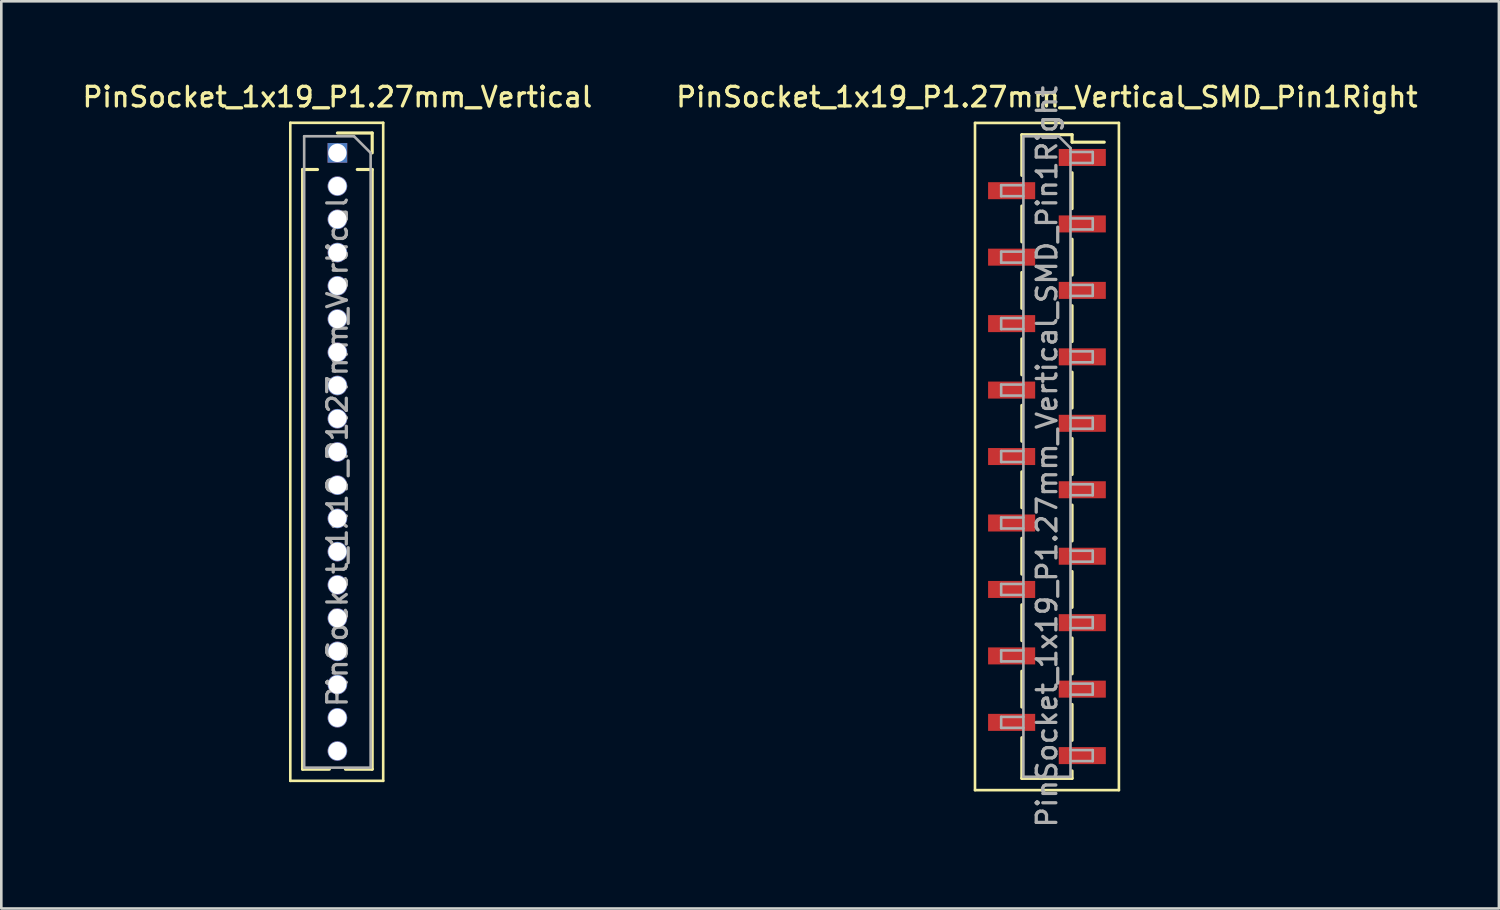
<source format=kicad_pcb>
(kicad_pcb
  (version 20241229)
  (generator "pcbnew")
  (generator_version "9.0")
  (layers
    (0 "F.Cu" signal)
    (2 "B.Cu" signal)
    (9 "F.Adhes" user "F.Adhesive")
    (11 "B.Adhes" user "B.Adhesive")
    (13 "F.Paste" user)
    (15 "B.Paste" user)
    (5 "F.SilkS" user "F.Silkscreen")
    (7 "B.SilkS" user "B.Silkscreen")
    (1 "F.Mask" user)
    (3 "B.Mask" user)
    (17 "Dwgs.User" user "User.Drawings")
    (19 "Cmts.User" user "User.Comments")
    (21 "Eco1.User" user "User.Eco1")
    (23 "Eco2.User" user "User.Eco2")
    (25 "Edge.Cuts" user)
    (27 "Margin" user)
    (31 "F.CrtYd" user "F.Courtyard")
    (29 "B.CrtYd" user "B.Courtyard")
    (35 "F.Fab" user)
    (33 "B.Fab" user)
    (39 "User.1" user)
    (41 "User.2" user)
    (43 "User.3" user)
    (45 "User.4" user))
  (footprint "PinSocket_1x19_P1.27mm_Vertical_SMD_Pin1Right"
    (layer "F.Cu")
    (at 36.963 14.398)
    (property "Reference" "PinSocket_1x19_P1.27mm_Vertical_SMD_Pin1Right" (at 0 -13.74 0) (layer "F.SilkS") (effects (font (size 0.75 0.75) (thickness 0.125))))
    (attr smd)
    (fp_line (start -2.75 -12.75) (end 2.75 -12.75) (stroke (width 0.1) (type solid)) (layer "F.SilkS"))
    (fp_line (start -2.75 12.75) (end -2.75 -12.75) (stroke (width 0.1) (type solid)) (layer "F.SilkS"))
    (fp_line (start -0.96 -12.3) (end -0.96 -10.745) (stroke (width 0.12) (type solid)) (layer "F.SilkS"))
    (fp_line (start -0.96 -12.3) (end 0.96 -12.3) (stroke (width 0.12) (type solid)) (layer "F.SilkS"))
    (fp_line (start -0.96 -9.575) (end -0.96 -8.205) (stroke (width 0.12) (type solid)) (layer "F.SilkS"))
    (fp_line (start -0.96 -7.035) (end -0.96 -5.665) (stroke (width 0.12) (type solid)) (layer "F.SilkS"))
    (fp_line (start -0.96 -4.495) (end -0.96 -3.125) (stroke (width 0.12) (type solid)) (layer "F.SilkS"))
    (fp_line (start -0.96 -1.955) (end -0.96 -0.585) (stroke (width 0.12) (type solid)) (layer "F.SilkS"))
    (fp_line (start -0.96 0.585) (end -0.96 1.955) (stroke (width 0.12) (type solid)) (layer "F.SilkS"))
    (fp_line (start -0.96 3.125) (end -0.96 4.495) (stroke (width 0.12) (type solid)) (layer "F.SilkS"))
    (fp_line (start -0.96 5.665) (end -0.96 7.035) (stroke (width 0.12) (type solid)) (layer "F.SilkS"))
    (fp_line (start -0.96 8.205) (end -0.96 9.575) (stroke (width 0.12) (type solid)) (layer "F.SilkS"))
    (fp_line (start -0.96 10.745) (end -0.96 12.3) (stroke (width 0.12) (type solid)) (layer "F.SilkS"))
    (fp_line (start -0.96 12.3) (end 0.96 12.3) (stroke (width 0.12) (type solid)) (layer "F.SilkS"))
    (fp_line (start 0.96 -12.3) (end 0.96 -12.015) (stroke (width 0.12) (type solid)) (layer "F.SilkS"))
    (fp_line (start 0.96 -12.015) (end 2.19 -12.015) (stroke (width 0.12) (type solid)) (layer "F.SilkS"))
    (fp_line (start 0.96 -10.845) (end 0.96 -9.475) (stroke (width 0.12) (type solid)) (layer "F.SilkS"))
    (fp_line (start 0.96 -8.305) (end 0.96 -6.935) (stroke (width 0.12) (type solid)) (layer "F.SilkS"))
    (fp_line (start 0.96 -5.765) (end 0.96 -4.395) (stroke (width 0.12) (type solid)) (layer "F.SilkS"))
    (fp_line (start 0.96 -3.225) (end 0.96 -1.855) (stroke (width 0.12) (type solid)) (layer "F.SilkS"))
    (fp_line (start 0.96 -0.685) (end 0.96 0.685) (stroke (width 0.12) (type solid)) (layer "F.SilkS"))
    (fp_line (start 0.96 1.855) (end 0.96 3.225) (stroke (width 0.12) (type solid)) (layer "F.SilkS"))
    (fp_line (start 0.96 4.395) (end 0.96 5.765) (stroke (width 0.12) (type solid)) (layer "F.SilkS"))
    (fp_line (start 0.96 6.935) (end 0.96 8.305) (stroke (width 0.12) (type solid)) (layer "F.SilkS"))
    (fp_line (start 0.96 9.475) (end 0.96 10.845) (stroke (width 0.12) (type solid)) (layer "F.SilkS"))
    (fp_line (start 0.96 12.015) (end 0.96 12.3) (stroke (width 0.12) (type solid)) (layer "F.SilkS"))
    (fp_line (start 2.75 -12.75) (end 2.75 12.75) (stroke (width 0.1) (type solid)) (layer "F.SilkS"))
    (fp_line (start 2.75 12.75) (end -2.75 12.75) (stroke (width 0.1) (type solid)) (layer "F.SilkS"))
    (fp_line (start -1.75 -10.37) (end -0.9 -10.37) (stroke (width 0.1) (type solid)) (layer "F.Fab"))
    (fp_line (start -1.75 -9.95) (end -1.75 -10.37) (stroke (width 0.1) (type solid)) (layer "F.Fab"))
    (fp_line (start -1.75 -7.83) (end -0.9 -7.83) (stroke (width 0.1) (type solid)) (layer "F.Fab"))
    (fp_line (start -1.75 -7.41) (end -1.75 -7.83) (stroke (width 0.1) (type solid)) (layer "F.Fab"))
    (fp_line (start -1.75 -5.29) (end -0.9 -5.29) (stroke (width 0.1) (type solid)) (layer "F.Fab"))
    (fp_line (start -1.75 -4.87) (end -1.75 -5.29) (stroke (width 0.1) (type solid)) (layer "F.Fab"))
    (fp_line (start -1.75 -2.75) (end -0.9 -2.75) (stroke (width 0.1) (type solid)) (layer "F.Fab"))
    (fp_line (start -1.75 -2.33) (end -1.75 -2.75) (stroke (width 0.1) (type solid)) (layer "F.Fab"))
    (fp_line (start -1.75 -0.21) (end -0.9 -0.21) (stroke (width 0.1) (type solid)) (layer "F.Fab"))
    (fp_line (start -1.75 0.21) (end -1.75 -0.21) (stroke (width 0.1) (type solid)) (layer "F.Fab"))
    (fp_line (start -1.75 2.33) (end -0.9 2.33) (stroke (width 0.1) (type solid)) (layer "F.Fab"))
    (fp_line (start -1.75 2.75) (end -1.75 2.33) (stroke (width 0.1) (type solid)) (layer "F.Fab"))
    (fp_line (start -1.75 4.87) (end -0.9 4.87) (stroke (width 0.1) (type solid)) (layer "F.Fab"))
    (fp_line (start -1.75 5.29) (end -1.75 4.87) (stroke (width 0.1) (type solid)) (layer "F.Fab"))
    (fp_line (start -1.75 7.41) (end -0.9 7.41) (stroke (width 0.1) (type solid)) (layer "F.Fab"))
    (fp_line (start -1.75 7.83) (end -1.75 7.41) (stroke (width 0.1) (type solid)) (layer "F.Fab"))
    (fp_line (start -1.75 9.95) (end -0.9 9.95) (stroke (width 0.1) (type solid)) (layer "F.Fab"))
    (fp_line (start -1.75 10.37) (end -1.75 9.95) (stroke (width 0.1) (type solid)) (layer "F.Fab"))
    (fp_line (start -0.9 -12.24) (end 0.45 -12.24) (stroke (width 0.1) (type solid)) (layer "F.Fab"))
    (fp_line (start -0.9 -9.95) (end -1.75 -9.95) (stroke (width 0.1) (type solid)) (layer "F.Fab"))
    (fp_line (start -0.9 -7.41) (end -1.75 -7.41) (stroke (width 0.1) (type solid)) (layer "F.Fab"))
    (fp_line (start -0.9 -4.87) (end -1.75 -4.87) (stroke (width 0.1) (type solid)) (layer "F.Fab"))
    (fp_line (start -0.9 -2.33) (end -1.75 -2.33) (stroke (width 0.1) (type solid)) (layer "F.Fab"))
    (fp_line (start -0.9 0.21) (end -1.75 0.21) (stroke (width 0.1) (type solid)) (layer "F.Fab"))
    (fp_line (start -0.9 2.75) (end -1.75 2.75) (stroke (width 0.1) (type solid)) (layer "F.Fab"))
    (fp_line (start -0.9 5.29) (end -1.75 5.29) (stroke (width 0.1) (type solid)) (layer "F.Fab"))
    (fp_line (start -0.9 7.83) (end -1.75 7.83) (stroke (width 0.1) (type solid)) (layer "F.Fab"))
    (fp_line (start -0.9 10.37) (end -1.75 10.37) (stroke (width 0.1) (type solid)) (layer "F.Fab"))
    (fp_line (start -0.9 12.24) (end -0.9 -12.24) (stroke (width 0.1) (type solid)) (layer "F.Fab"))
    (fp_line (start 0.45 -12.24) (end 0.9 -11.79) (stroke (width 0.1) (type solid)) (layer "F.Fab"))
    (fp_line (start 0.9 -11.79) (end 0.9 12.24) (stroke (width 0.1) (type solid)) (layer "F.Fab"))
    (fp_line (start 0.9 -11.64) (end 1.75 -11.64) (stroke (width 0.1) (type solid)) (layer "F.Fab"))
    (fp_line (start 0.9 -9.1) (end 1.75 -9.1) (stroke (width 0.1) (type solid)) (layer "F.Fab"))
    (fp_line (start 0.9 -6.56) (end 1.75 -6.56) (stroke (width 0.1) (type solid)) (layer "F.Fab"))
    (fp_line (start 0.9 -4.02) (end 1.75 -4.02) (stroke (width 0.1) (type solid)) (layer "F.Fab"))
    (fp_line (start 0.9 -1.48) (end 1.75 -1.48) (stroke (width 0.1) (type solid)) (layer "F.Fab"))
    (fp_line (start 0.9 1.06) (end 1.75 1.06) (stroke (width 0.1) (type solid)) (layer "F.Fab"))
    (fp_line (start 0.9 3.6) (end 1.75 3.6) (stroke (width 0.1) (type solid)) (layer "F.Fab"))
    (fp_line (start 0.9 6.14) (end 1.75 6.14) (stroke (width 0.1) (type solid)) (layer "F.Fab"))
    (fp_line (start 0.9 8.68) (end 1.75 8.68) (stroke (width 0.1) (type solid)) (layer "F.Fab"))
    (fp_line (start 0.9 11.22) (end 1.75 11.22) (stroke (width 0.1) (type solid)) (layer "F.Fab"))
    (fp_line (start 0.9 12.24) (end -0.9 12.24) (stroke (width 0.1) (type solid)) (layer "F.Fab"))
    (fp_line (start 1.75 -11.64) (end 1.75 -11.22) (stroke (width 0.1) (type solid)) (layer "F.Fab"))
    (fp_line (start 1.75 -11.22) (end 0.9 -11.22) (stroke (width 0.1) (type solid)) (layer "F.Fab"))
    (fp_line (start 1.75 -9.1) (end 1.75 -8.68) (stroke (width 0.1) (type solid)) (layer "F.Fab"))
    (fp_line (start 1.75 -8.68) (end 0.9 -8.68) (stroke (width 0.1) (type solid)) (layer "F.Fab"))
    (fp_line (start 1.75 -6.56) (end 1.75 -6.14) (stroke (width 0.1) (type solid)) (layer "F.Fab"))
    (fp_line (start 1.75 -6.14) (end 0.9 -6.14) (stroke (width 0.1) (type solid)) (layer "F.Fab"))
    (fp_line (start 1.75 -4.02) (end 1.75 -3.6) (stroke (width 0.1) (type solid)) (layer "F.Fab"))
    (fp_line (start 1.75 -3.6) (end 0.9 -3.6) (stroke (width 0.1) (type solid)) (layer "F.Fab"))
    (fp_line (start 1.75 -1.48) (end 1.75 -1.06) (stroke (width 0.1) (type solid)) (layer "F.Fab"))
    (fp_line (start 1.75 -1.06) (end 0.9 -1.06) (stroke (width 0.1) (type solid)) (layer "F.Fab"))
    (fp_line (start 1.75 1.06) (end 1.75 1.48) (stroke (width 0.1) (type solid)) (layer "F.Fab"))
    (fp_line (start 1.75 1.48) (end 0.9 1.48) (stroke (width 0.1) (type solid)) (layer "F.Fab"))
    (fp_line (start 1.75 3.6) (end 1.75 4.02) (stroke (width 0.1) (type solid)) (layer "F.Fab"))
    (fp_line (start 1.75 4.02) (end 0.9 4.02) (stroke (width 0.1) (type solid)) (layer "F.Fab"))
    (fp_line (start 1.75 6.14) (end 1.75 6.56) (stroke (width 0.1) (type solid)) (layer "F.Fab"))
    (fp_line (start 1.75 6.56) (end 0.9 6.56) (stroke (width 0.1) (type solid)) (layer "F.Fab"))
    (fp_line (start 1.75 8.68) (end 1.75 9.1) (stroke (width 0.1) (type solid)) (layer "F.Fab"))
    (fp_line (start 1.75 9.1) (end 0.9 9.1) (stroke (width 0.1) (type solid)) (layer "F.Fab"))
    (fp_line (start 1.75 11.22) (end 1.75 11.64) (stroke (width 0.1) (type solid)) (layer "F.Fab"))
    (fp_line (start 1.75 11.64) (end 0.9 11.64) (stroke (width 0.1) (type solid)) (layer "F.Fab"))
    (fp_text user "${REFERENCE}" (at 0 0 90) (layer "F.Fab") (effects (font (size 0.75 0.75) (thickness 0.125))))
    (pad "1" smd rect (at 1.35 -11.43) (size 1.8 0.65) (layers "F.Cu" "F.Mask" "F.Paste"))
    (pad "2" smd rect (at -1.35 -10.16) (size 1.8 0.65) (layers "F.Cu" "F.Mask" "F.Paste"))
    (pad "3" smd rect (at 1.35 -8.89) (size 1.8 0.65) (layers "F.Cu" "F.Mask" "F.Paste"))
    (pad "4" smd rect (at -1.35 -7.62) (size 1.8 0.65) (layers "F.Cu" "F.Mask" "F.Paste"))
    (pad "5" smd rect (at 1.35 -6.35) (size 1.8 0.65) (layers "F.Cu" "F.Mask" "F.Paste"))
    (pad "6" smd rect (at -1.35 -5.08) (size 1.8 0.65) (layers "F.Cu" "F.Mask" "F.Paste"))
    (pad "7" smd rect (at 1.35 -3.81) (size 1.8 0.65) (layers "F.Cu" "F.Mask" "F.Paste"))
    (pad "8" smd rect (at -1.35 -2.54) (size 1.8 0.65) (layers "F.Cu" "F.Mask" "F.Paste"))
    (pad "9" smd rect (at 1.35 -1.27) (size 1.8 0.65) (layers "F.Cu" "F.Mask" "F.Paste"))
    (pad "10" smd rect (at -1.35 0) (size 1.8 0.65) (layers "F.Cu" "F.Mask" "F.Paste"))
    (pad "11" smd rect (at 1.35 1.27) (size 1.8 0.65) (layers "F.Cu" "F.Mask" "F.Paste"))
    (pad "12" smd rect (at -1.35 2.54) (size 1.8 0.65) (layers "F.Cu" "F.Mask" "F.Paste"))
    (pad "13" smd rect (at 1.35 3.81) (size 1.8 0.65) (layers "F.Cu" "F.Mask" "F.Paste"))
    (pad "14" smd rect (at -1.35 5.08) (size 1.8 0.65) (layers "F.Cu" "F.Mask" "F.Paste"))
    (pad "15" smd rect (at 1.35 6.35) (size 1.8 0.65) (layers "F.Cu" "F.Mask" "F.Paste"))
    (pad "16" smd rect (at -1.35 7.62) (size 1.8 0.65) (layers "F.Cu" "F.Mask" "F.Paste"))
    (pad "17" smd rect (at 1.35 8.89) (size 1.8 0.65) (layers "F.Cu" "F.Mask" "F.Paste"))
    (pad "18" smd rect (at -1.35 10.16) (size 1.8 0.65) (layers "F.Cu" "F.Mask" "F.Paste"))
    (pad "19" smd rect (at 1.35 11.43) (size 1.8 0.65) (layers "F.Cu" "F.Mask" "F.Paste")))
  (footprint "PinSocket_1x19_P1.27mm_Vertical"
    (layer "F.Cu")
    (at 9.845 2.793)
    (property "Reference" "PinSocket_1x19_P1.27mm_Vertical" (at 0 -2.135 0) (layer "F.SilkS") (effects (font (size 0.75 0.75) (thickness 0.125))))
    (attr through_hole)
    (fp_line (start -1.8 -1.15) (end 1.75 -1.15) (stroke (width 0.1) (type solid)) (layer "F.SilkS"))
    (fp_line (start -1.8 24) (end -1.8 -1.15) (stroke (width 0.1) (type solid)) (layer "F.SilkS"))
    (fp_line (start -1.33 0.635) (end -1.33 23.555) (stroke (width 0.12) (type solid)) (layer "F.SilkS"))
    (fp_line (start -1.33 0.635) (end -0.76 0.635) (stroke (width 0.12) (type solid)) (layer "F.SilkS"))
    (fp_line (start -1.33 23.555) (end -0.308 23.555) (stroke (width 0.12) (type solid)) (layer "F.SilkS"))
    (fp_line (start 0 -0.76) (end 1.33 -0.76) (stroke (width 0.12) (type solid)) (layer "F.SilkS"))
    (fp_line (start 0.308 23.555) (end 1.33 23.555) (stroke (width 0.12) (type solid)) (layer "F.SilkS"))
    (fp_line (start 0.76 0.635) (end 1.33 0.635) (stroke (width 0.12) (type solid)) (layer "F.SilkS"))
    (fp_line (start 1.33 -0.76) (end 1.33 0) (stroke (width 0.12) (type solid)) (layer "F.SilkS"))
    (fp_line (start 1.33 0.635) (end 1.33 23.555) (stroke (width 0.12) (type solid)) (layer "F.SilkS"))
    (fp_line (start 1.75 -1.15) (end 1.75 24) (stroke (width 0.1) (type solid)) (layer "F.SilkS"))
    (fp_line (start 1.75 24) (end -1.8 24) (stroke (width 0.1) (type solid)) (layer "F.SilkS"))
    (fp_line (start -1.27 -0.635) (end 0.635 -0.635) (stroke (width 0.1) (type solid)) (layer "F.Fab"))
    (fp_line (start -1.27 23.495) (end -1.27 -0.635) (stroke (width 0.1) (type solid)) (layer "F.Fab"))
    (fp_line (start 0.635 -0.635) (end 1.27 0) (stroke (width 0.1) (type solid)) (layer "F.Fab"))
    (fp_line (start 1.27 0) (end 1.27 23.495) (stroke (width 0.1) (type solid)) (layer "F.Fab"))
    (fp_line (start 1.27 23.495) (end -1.27 23.495) (stroke (width 0.1) (type solid)) (layer "F.Fab"))
    (fp_text user "${REFERENCE}" (at 0 11.43 90) (layer "F.Fab") (effects (font (size 0.75 0.75) (thickness 0.125))))
    (pad "1" thru_hole rect (at 0 0) (size 0.75 0.75) (drill 0.7) (layers "*.Cu" "*.Mask"))
    (pad "2" thru_hole oval (at 0 1.27) (size 0.75 0.75) (drill 0.7) (layers "*.Cu" "*.Mask"))
    (pad "3" thru_hole oval (at 0 2.54) (size 0.75 0.75) (drill 0.7) (layers "*.Cu" "*.Mask"))
    (pad "4" thru_hole oval (at 0 3.81) (size 0.75 0.75) (drill 0.7) (layers "*.Cu" "*.Mask"))
    (pad "5" thru_hole oval (at 0 5.08) (size 0.75 0.75) (drill 0.7) (layers "*.Cu" "*.Mask"))
    (pad "6" thru_hole oval (at 0 6.35) (size 0.75 0.75) (drill 0.7) (layers "*.Cu" "*.Mask"))
    (pad "7" thru_hole oval (at 0 7.62) (size 0.75 0.75) (drill 0.7) (layers "*.Cu" "*.Mask"))
    (pad "8" thru_hole oval (at 0 8.89) (size 0.75 0.75) (drill 0.7) (layers "*.Cu" "*.Mask"))
    (pad "9" thru_hole oval (at 0 10.16) (size 0.75 0.75) (drill 0.7) (layers "*.Cu" "*.Mask"))
    (pad "10" thru_hole oval (at 0 11.43) (size 0.75 0.75) (drill 0.7) (layers "*.Cu" "*.Mask"))
    (pad "11" thru_hole oval (at 0 12.7) (size 0.75 0.75) (drill 0.7) (layers "*.Cu" "*.Mask"))
    (pad "12" thru_hole oval (at 0 13.97) (size 0.75 0.75) (drill 0.7) (layers "*.Cu" "*.Mask"))
    (pad "13" thru_hole oval (at 0 15.24) (size 0.75 0.75) (drill 0.7) (layers "*.Cu" "*.Mask"))
    (pad "14" thru_hole oval (at 0 16.51) (size 0.75 0.75) (drill 0.7) (layers "*.Cu" "*.Mask"))
    (pad "15" thru_hole oval (at 0 17.78) (size 0.75 0.75) (drill 0.7) (layers "*.Cu" "*.Mask"))
    (pad "16" thru_hole oval (at 0 19.05) (size 0.75 0.75) (drill 0.7) (layers "*.Cu" "*.Mask"))
    (pad "17" thru_hole oval (at 0 20.32) (size 0.75 0.75) (drill 0.7) (layers "*.Cu" "*.Mask"))
    (pad "18" thru_hole oval (at 0 21.59) (size 0.75 0.75) (drill 0.7) (layers "*.Cu" "*.Mask"))
    (pad "19" thru_hole oval (at 0 22.86) (size 0.75 0.75) (drill 0.7) (layers "*.Cu" "*.Mask")))
  (gr_rect
    (start -3 -3)
    (end 54.236 31.671)
    (stroke (width 0.1) (type default))
    (fill no)
    (layer "Edge.Cuts")))
</source>
